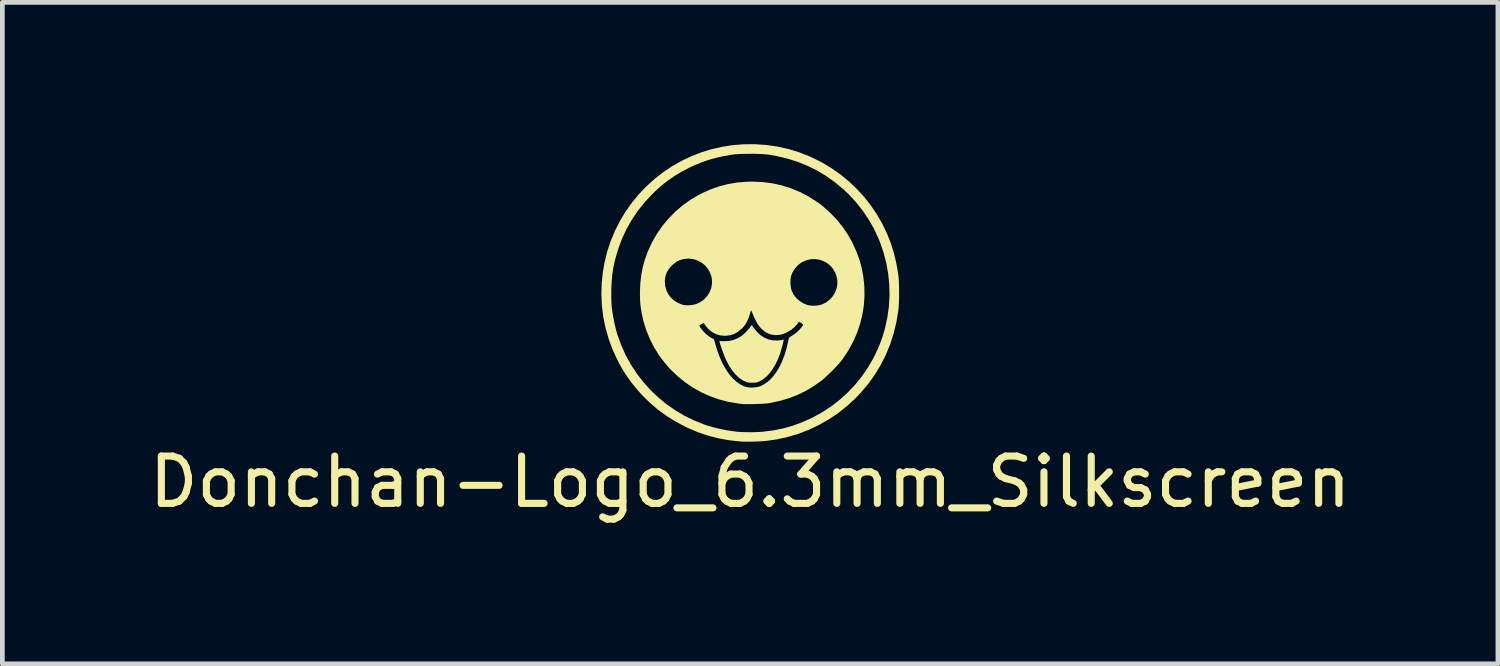
<source format=kicad_pcb>
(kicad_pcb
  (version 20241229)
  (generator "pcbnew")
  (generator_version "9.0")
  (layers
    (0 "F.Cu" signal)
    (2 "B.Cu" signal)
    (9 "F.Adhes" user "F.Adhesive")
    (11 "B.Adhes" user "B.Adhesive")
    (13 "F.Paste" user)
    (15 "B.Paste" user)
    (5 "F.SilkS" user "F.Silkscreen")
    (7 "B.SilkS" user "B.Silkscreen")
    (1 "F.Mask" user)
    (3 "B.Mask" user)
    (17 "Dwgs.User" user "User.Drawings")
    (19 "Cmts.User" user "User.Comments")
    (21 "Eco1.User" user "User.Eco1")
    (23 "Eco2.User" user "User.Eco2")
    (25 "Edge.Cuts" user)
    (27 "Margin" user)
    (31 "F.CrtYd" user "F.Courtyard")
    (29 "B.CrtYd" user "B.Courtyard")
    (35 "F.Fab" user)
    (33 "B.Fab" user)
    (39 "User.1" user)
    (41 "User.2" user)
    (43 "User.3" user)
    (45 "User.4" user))
  (footprint "Donchan-Logo_6.3mm_Silkscreen"
    (layer "F.Cu")
    (at 12.815 3.141)
    (property "Reference" "Donchan-Logo_6.3mm_Silkscreen" (at 0 4 0) (layer "F.SilkS") (effects (font (size 1 1) (thickness 0.15))))
    (attr board_only exclude_from_pos_files exclude_from_bom)
    (fp_poly (pts (xy 0.043 0.697) (xy 0.057 0.716) (xy 0.074 0.741) (xy 0.142 0.826) (xy 0.217 0.896) (xy 0.3 0.95) (xy 0.389 0.988) (xy 0.482 1.008) (xy 0.579 1.01) (xy 0.605 1.008) (xy 0.642 1.004) (xy 0.673 0.999) (xy 0.693 0.995) (xy 0.695 0.994) (xy 0.703 0.992) (xy 0.707 0.992) (xy 0.709 0.998) (xy 0.708 1.01) (xy 0.703 1.033) (xy 0.695 1.068) (xy 0.682 1.119) (xy 0.679 1.13) (xy 0.64 1.268) (xy 0.592 1.396) (xy 0.537 1.512) (xy 0.475 1.616) (xy 0.408 1.707) (xy 0.336 1.782) (xy 0.26 1.84) (xy 0.217 1.865) (xy 0.182 1.882) (xy 0.154 1.893) (xy 0.127 1.899) (xy 0.094 1.902) (xy 0.057 1.903) (xy 0.004 1.904) (xy -0.036 1.9) (xy -0.07 1.893) (xy -0.079 1.889) (xy -0.159 1.852) (xy -0.237 1.797) (xy -0.312 1.725) (xy -0.383 1.638) (xy -0.449 1.536) (xy -0.509 1.421) (xy -0.528 1.378) (xy -0.549 1.325) (xy -0.572 1.267) (xy -0.593 1.207) (xy -0.613 1.151) (xy -0.629 1.101) (xy -0.64 1.062) (xy -0.643 1.05) (xy -0.648 1.022) (xy -0.562 1.025) (xy -0.457 1.021) (xy -0.358 1.001) (xy -0.265 0.964) (xy -0.178 0.911) (xy -0.096 0.84) (xy -0.017 0.751) (xy 0.019 0.702) (xy 0.027 0.692) (xy 0.034 0.69)) (stroke (width 0) (type solid)) (fill yes) (layer "F.SilkS"))
    (fp_poly (pts (xy 0.34 -3.125) (xy 0.574 -3.092) (xy 0.804 -3.041) (xy 1.029 -2.973) (xy 1.059 -2.962) (xy 1.282 -2.873) (xy 1.496 -2.768) (xy 1.7 -2.647) (xy 1.894 -2.513) (xy 2.077 -2.365) (xy 2.248 -2.204) (xy 2.407 -2.032) (xy 2.552 -1.847) (xy 2.684 -1.653) (xy 2.801 -1.448) (xy 2.902 -1.234) (xy 2.975 -1.048) (xy 3.039 -0.845) (xy 3.09 -0.633) (xy 3.129 -0.411) (xy 3.134 -0.374) (xy 3.141 -0.308) (xy 3.146 -0.228) (xy 3.149 -0.138) (xy 3.151 -0.041) (xy 3.151 0.057) (xy 3.149 0.152) (xy 3.145 0.242) (xy 3.14 0.321) (xy 3.134 0.378) (xy 3.093 0.624) (xy 3.035 0.862) (xy 2.961 1.092) (xy 2.87 1.313) (xy 2.763 1.525) (xy 2.641 1.728) (xy 2.502 1.923) (xy 2.347 2.107) (xy 2.23 2.23) (xy 2.053 2.394) (xy 1.866 2.543) (xy 1.668 2.676) (xy 1.462 2.794) (xy 1.248 2.896) (xy 1.027 2.982) (xy 0.799 3.05) (xy 0.566 3.101) (xy 0.355 3.132) (xy 0.266 3.14) (xy 0.168 3.146) (xy 0.066 3.149) (xy -0.033 3.151) (xy -0.125 3.15) (xy -0.204 3.146) (xy -0.208 3.146) (xy -0.446 3.12) (xy -0.676 3.078) (xy -0.898 3.02) (xy -1.116 2.946) (xy -1.33 2.854) (xy -1.351 2.844) (xy -1.566 2.731) (xy -1.768 2.606) (xy -1.958 2.467) (xy -2.135 2.315) (xy -2.302 2.148) (xy -2.457 1.966) (xy -2.516 1.891) (xy -2.588 1.792) (xy -2.65 1.7) (xy -2.706 1.609) (xy -2.761 1.512) (xy -2.808 1.42) (xy -2.91 1.2) (xy -2.993 0.974) (xy -3.058 0.745) (xy -3.106 0.512) (xy -3.135 0.276) (xy -3.146 0.038) (xy -3.146 0.014) (xy -2.936 0.014) (xy -2.936 0.093) (xy -2.935 0.157) (xy -2.933 0.211) (xy -2.931 0.258) (xy -2.927 0.303) (xy -2.921 0.349) (xy -2.914 0.401) (xy -2.912 0.416) (xy -2.896 0.51) (xy -2.877 0.609) (xy -2.855 0.707) (xy -2.832 0.8) (xy -2.809 0.88) (xy -2.805 0.893) (xy -2.726 1.11) (xy -2.632 1.32) (xy -2.522 1.52) (xy -2.397 1.71) (xy -2.258 1.89) (xy -2.107 2.058) (xy -1.943 2.214) (xy -1.768 2.358) (xy -1.582 2.488) (xy -1.386 2.603) (xy -1.181 2.703) (xy -0.968 2.788) (xy -0.893 2.813) (xy -0.772 2.848) (xy -0.641 2.879) (xy -0.506 2.907) (xy -0.373 2.928) (xy -0.256 2.942) (xy -0.182 2.946) (xy -0.095 2.949) (xy -0.001 2.95) (xy 0.095 2.949) (xy 0.185 2.945) (xy 0.266 2.94) (xy 0.287 2.938) (xy 0.501 2.91) (xy 0.705 2.868) (xy 0.903 2.812) (xy 1.099 2.74) (xy 1.297 2.652) (xy 1.312 2.645) (xy 1.513 2.535) (xy 1.705 2.411) (xy 1.886 2.271) (xy 2.056 2.119) (xy 2.214 1.953) (xy 2.358 1.776) (xy 2.488 1.588) (xy 2.603 1.39) (xy 2.632 1.334) (xy 2.697 1.197) (xy 2.752 1.065) (xy 2.799 0.934) (xy 2.841 0.794) (xy 2.854 0.745) (xy 2.903 0.519) (xy 2.935 0.29) (xy 2.948 0.06) (xy 2.943 -0.17) (xy 2.92 -0.399) (xy 2.88 -0.626) (xy 2.822 -0.85) (xy 2.746 -1.07) (xy 2.709 -1.161) (xy 2.614 -1.363) (xy 2.501 -1.558) (xy 2.374 -1.745) (xy 2.233 -1.922) (xy 2.08 -2.087) (xy 1.97 -2.19) (xy 1.791 -2.338) (xy 1.606 -2.47) (xy 1.415 -2.585) (xy 1.215 -2.684) (xy 1.007 -2.768) (xy 0.789 -2.837) (xy 0.561 -2.89) (xy 0.384 -2.921) (xy 0.326 -2.927) (xy 0.253 -2.932) (xy 0.17 -2.936) (xy 0.079 -2.938) (xy -0.014 -2.938) (xy -0.107 -2.937) (xy -0.195 -2.935) (xy -0.274 -2.931) (xy -0.342 -2.925) (xy -0.375 -2.921) (xy -0.553 -2.89) (xy -0.718 -2.854) (xy -0.873 -2.811) (xy -1.023 -2.759) (xy -1.173 -2.697) (xy -1.282 -2.647) (xy -1.445 -2.561) (xy -1.595 -2.472) (xy -1.735 -2.376) (xy -1.87 -2.27) (xy -2.003 -2.151) (xy -2.073 -2.082) (xy -2.233 -1.91) (xy -2.377 -1.73) (xy -2.504 -1.542) (xy -2.615 -1.345) (xy -2.711 -1.139) (xy -2.777 -0.962) (xy -2.826 -0.808) (xy -2.865 -0.663) (xy -2.895 -0.521) (xy -2.916 -0.378) (xy -2.929 -0.229) (xy -2.936 -0.07) (xy -2.936 0.014) (xy -3.146 0.014) (xy -3.139 -0.201) (xy -3.114 -0.441) (xy -3.08 -0.636) (xy -3.024 -0.866) (xy -2.95 -1.089) (xy -2.861 -1.305) (xy -2.756 -1.513) (xy -2.637 -1.712) (xy -2.503 -1.901) (xy -2.356 -2.08) (xy -2.197 -2.247) (xy -2.025 -2.403) (xy -1.843 -2.546) (xy -1.65 -2.675) (xy -1.447 -2.79) (xy -1.235 -2.89) (xy -1.014 -2.975) (xy -0.836 -3.03) (xy -0.604 -3.084) (xy -0.369 -3.121) (xy -0.133 -3.14) (xy 0.104 -3.141)) (stroke (width 0) (type solid)) (fill yes) (layer "F.SilkS"))
    (fp_poly (pts (xy 0.255 -2.341) (xy 0.462 -2.315) (xy 0.664 -2.272) (xy 0.86 -2.21) (xy 1.051 -2.131) (xy 1.236 -2.034) (xy 1.406 -1.927) (xy 1.468 -1.883) (xy 1.524 -1.841) (xy 1.578 -1.795) (xy 1.635 -1.744) (xy 1.699 -1.683) (xy 1.72 -1.663) (xy 1.848 -1.527) (xy 1.962 -1.385) (xy 2.063 -1.235) (xy 2.155 -1.073) (xy 2.175 -1.032) (xy 2.252 -0.861) (xy 2.314 -0.693) (xy 2.36 -0.523) (xy 2.393 -0.348) (xy 2.413 -0.163) (xy 2.415 -0.139) (xy 2.419 0.065) (xy 2.405 0.268) (xy 2.373 0.469) (xy 2.324 0.666) (xy 2.257 0.859) (xy 2.173 1.047) (xy 2.072 1.23) (xy 1.955 1.405) (xy 1.942 1.422) (xy 1.904 1.47) (xy 1.854 1.527) (xy 1.796 1.589) (xy 1.734 1.653) (xy 1.669 1.716) (xy 1.606 1.775) (xy 1.548 1.827) (xy 1.497 1.868) (xy 1.494 1.87) (xy 1.334 1.983) (xy 1.171 2.079) (xy 1.002 2.161) (xy 0.826 2.229) (xy 0.64 2.285) (xy 0.441 2.328) (xy 0.385 2.338) (xy 0.354 2.342) (xy 0.31 2.345) (xy 0.256 2.348) (xy 0.194 2.351) (xy 0.127 2.354) (xy 0.061 2.356) (xy -0.004 2.357) (xy -0.062 2.357) (xy -0.111 2.357) (xy -0.148 2.356) (xy -0.167 2.354) (xy -0.186 2.351) (xy -0.218 2.347) (xy -0.257 2.342) (xy -0.268 2.34) (xy -0.47 2.306) (xy -0.666 2.254) (xy -0.856 2.186) (xy -1.038 2.103) (xy -1.211 2.006) (xy -1.375 1.894) (xy -1.529 1.77) (xy -1.673 1.634) (xy -1.804 1.486) (xy -1.923 1.328) (xy -2.028 1.16) (xy -2.119 0.983) (xy -2.195 0.797) (xy -2.226 0.7) (xy -1.073 0.7) (xy -1.067 0.715) (xy -1.051 0.74) (xy -1.028 0.771) (xy -0.999 0.805) (xy -0.97 0.838) (xy -0.941 0.866) (xy -0.935 0.872) (xy -0.899 0.901) (xy -0.857 0.932) (xy -0.823 0.953) (xy -0.764 0.986) (xy -0.734 1.092) (xy -0.705 1.189) (xy -0.677 1.274) (xy -0.647 1.352) (xy -0.614 1.429) (xy -0.588 1.485) (xy -0.524 1.603) (xy -0.454 1.709) (xy -0.378 1.8) (xy -0.298 1.876) (xy -0.214 1.936) (xy -0.128 1.979) (xy -0.082 1.994) (xy -0.032 2.003) (xy 0.028 2.006) (xy 0.092 2.003) (xy 0.152 1.995) (xy 0.202 1.982) (xy 0.205 1.981) (xy 0.296 1.936) (xy 0.382 1.875) (xy 0.463 1.797) (xy 0.537 1.703) (xy 0.606 1.595) (xy 0.667 1.472) (xy 0.721 1.337) (xy 0.767 1.189) (xy 0.8 1.05) (xy 0.808 1.014) (xy 0.815 0.983) (xy 0.82 0.963) (xy 0.82 0.96) (xy 0.83 0.948) (xy 0.852 0.931) (xy 0.876 0.915) (xy 0.91 0.893) (xy 0.95 0.866) (xy 0.982 0.84) (xy 1.012 0.813) (xy 1.044 0.781) (xy 1.073 0.748) (xy 1.097 0.717) (xy 1.114 0.693) (xy 1.12 0.678) (xy 1.112 0.667) (xy 1.094 0.651) (xy 1.077 0.64) (xy 1.034 0.613) (xy 0.991 0.669) (xy 0.932 0.733) (xy 0.861 0.79) (xy 0.781 0.837) (xy 0.699 0.872) (xy 0.637 0.889) (xy 0.546 0.897) (xy 0.46 0.888) (xy 0.378 0.861) (xy 0.303 0.817) (xy 0.233 0.756) (xy 0.185 0.698) (xy 0.159 0.661) (xy 0.134 0.619) (xy 0.109 0.568) (xy 0.08 0.506) (xy 0.06 0.459) (xy 0.02 0.366) (xy -0.009 0.463) (xy -0.038 0.547) (xy -0.069 0.617) (xy -0.105 0.677) (xy -0.149 0.731) (xy -0.171 0.754) (xy -0.246 0.819) (xy -0.325 0.866) (xy -0.41 0.896) (xy -0.502 0.91) (xy -0.537 0.911) (xy -0.631 0.902) (xy -0.72 0.877) (xy -0.801 0.834) (xy -0.875 0.775) (xy -0.941 0.699) (xy -0.943 0.696) (xy -0.984 0.639) (xy -1.029 0.664) (xy -1.053 0.68) (xy -1.07 0.694) (xy -1.073 0.7) (xy -2.226 0.7) (xy -2.255 0.605) (xy -2.289 0.455) (xy -2.306 0.359) (xy -2.318 0.272) (xy -2.326 0.187) (xy -2.33 0.099) (xy -2.33 0.003) (xy -2.329 -0.063) (xy -2.32 -0.231) (xy -1.804 -0.231) (xy -1.796 -0.137) (xy -1.77 -0.048) (xy -1.73 0.033) (xy -1.675 0.105) (xy -1.608 0.166) (xy -1.529 0.215) (xy -1.44 0.25) (xy -1.402 0.26) (xy -1.357 0.265) (xy -1.301 0.265) (xy -1.241 0.26) (xy -1.184 0.251) (xy -1.137 0.238) (xy -1.137 0.238) (xy -1.05 0.197) (xy -0.974 0.142) (xy -0.91 0.073) (xy -0.86 -0.006) (xy -0.824 -0.096) (xy -0.819 -0.115) (xy -0.805 -0.204) (xy -0.806 -0.214) (xy 0.852 -0.214) (xy 0.856 -0.151) (xy 0.865 -0.093) (xy 0.878 -0.046) (xy 0.878 -0.045) (xy 0.92 0.039) (xy 0.976 0.113) (xy 1.046 0.175) (xy 1.128 0.226) (xy 1.217 0.261) (xy 1.275 0.272) (xy 1.342 0.275) (xy 1.413 0.271) (xy 1.479 0.259) (xy 1.508 0.251) (xy 1.595 0.212) (xy 1.671 0.157) (xy 1.737 0.089) (xy 1.789 0.009) (xy 1.796 -0.004) (xy 1.83 -0.094) (xy 1.846 -0.184) (xy 1.843 -0.275) (xy 1.822 -0.366) (xy 1.796 -0.432) (xy 1.748 -0.512) (xy 1.688 -0.579) (xy 1.618 -0.633) (xy 1.541 -0.674) (xy 1.457 -0.7) (xy 1.37 -0.712) (xy 1.282 -0.708) (xy 1.194 -0.688) (xy 1.108 -0.652) (xy 1.076 -0.633) (xy 1.008 -0.58) (xy 0.949 -0.514) (xy 0.902 -0.441) (xy 0.869 -0.362) (xy 0.86 -0.326) (xy 0.854 -0.274) (xy 0.852 -0.214) (xy -0.806 -0.214) (xy -0.809 -0.291) (xy -0.828 -0.375) (xy -0.862 -0.453) (xy -0.908 -0.525) (xy -0.966 -0.589) (xy -1.035 -0.642) (xy -1.112 -0.682) (xy -1.196 -0.71) (xy -1.286 -0.721) (xy -1.305 -0.722) (xy -1.398 -0.714) (xy -1.482 -0.692) (xy -1.56 -0.653) (xy -1.633 -0.596) (xy -1.657 -0.574) (xy -1.719 -0.503) (xy -1.763 -0.43) (xy -1.791 -0.352) (xy -1.803 -0.266) (xy -1.804 -0.231) (xy -2.32 -0.231) (xy -2.319 -0.233) (xy -2.3 -0.392) (xy -2.27 -0.544) (xy -2.228 -0.694) (xy -2.173 -0.847) (xy -2.161 -0.878) (xy -2.075 -1.066) (xy -1.973 -1.244) (xy -1.856 -1.413) (xy -1.725 -1.57) (xy -1.581 -1.716) (xy -1.425 -1.849) (xy -1.257 -1.969) (xy -1.08 -2.073) (xy -1.044 -2.092) (xy -0.857 -2.178) (xy -0.668 -2.246) (xy -0.476 -2.296) (xy -0.279 -2.33) (xy -0.076 -2.347) (xy 0.042 -2.35)) (stroke (width 0) (type solid)) (fill yes) (layer "F.SilkS")))
  (gr_rect
    (start -3 -3)
    (end 28.631 10.99)
    (stroke (width 0.1) (type default))
    (fill no)
    (layer "Edge.Cuts")))
</source>
